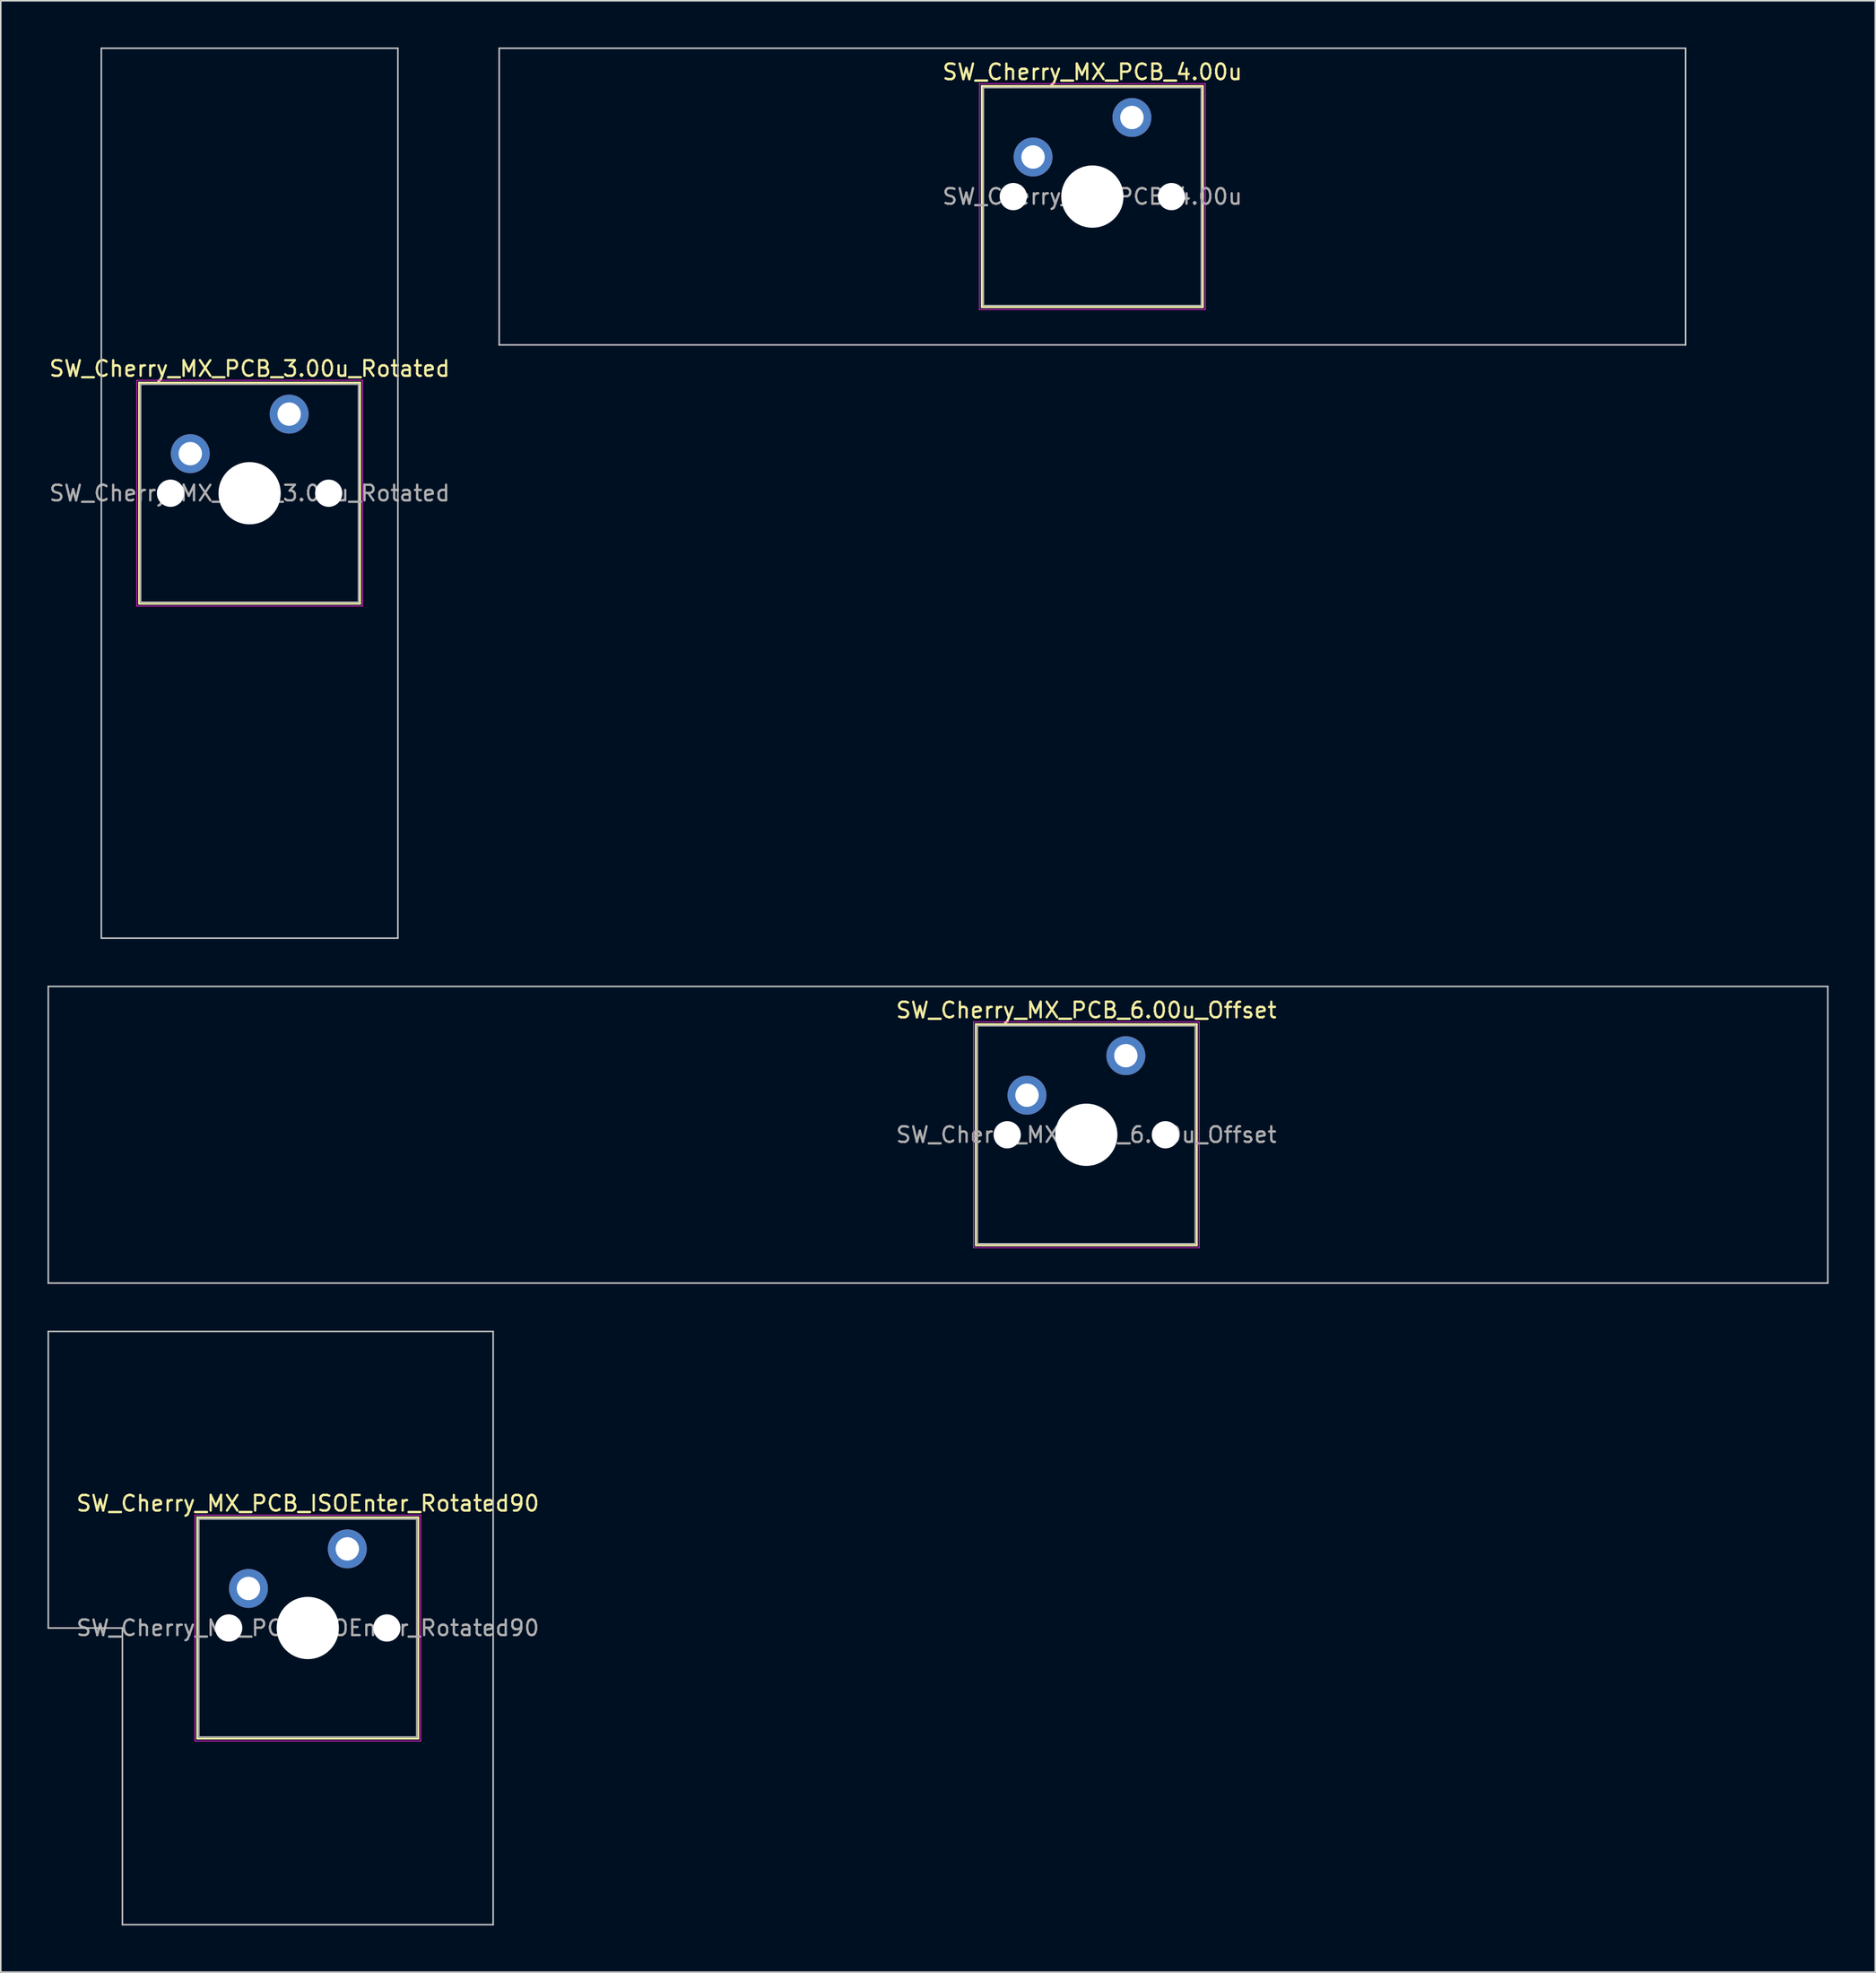
<source format=kicad_pcb>
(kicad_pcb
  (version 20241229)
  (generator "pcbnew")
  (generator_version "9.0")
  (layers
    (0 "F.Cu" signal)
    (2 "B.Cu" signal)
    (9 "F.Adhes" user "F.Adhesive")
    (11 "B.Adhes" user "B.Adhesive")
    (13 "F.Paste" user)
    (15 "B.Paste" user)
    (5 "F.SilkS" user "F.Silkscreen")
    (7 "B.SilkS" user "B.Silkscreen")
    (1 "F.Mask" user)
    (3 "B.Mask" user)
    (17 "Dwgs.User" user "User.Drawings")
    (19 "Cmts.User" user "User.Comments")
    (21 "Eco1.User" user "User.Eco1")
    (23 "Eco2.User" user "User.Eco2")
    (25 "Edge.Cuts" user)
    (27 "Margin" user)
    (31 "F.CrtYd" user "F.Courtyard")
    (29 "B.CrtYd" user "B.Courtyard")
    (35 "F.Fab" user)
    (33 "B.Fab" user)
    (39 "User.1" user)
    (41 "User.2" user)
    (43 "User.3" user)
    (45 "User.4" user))
  (footprint "SW_Cherry_MX_PCB_6.00u_Offset"
    (layer "F.Cu")
    (at 66.725 69.825)
    (property "Reference" "SW_Cherry_MX_PCB_6.00u_Offset" (at 0 -8 0) (layer "F.SilkS") (effects (font (size 1 1) (thickness 0.15))))
    (attr through_hole)
    (fp_line (start -7.1 -7.1) (end -7.1 7.1) (stroke (width 0.12) (type solid)) (layer "F.SilkS"))
    (fp_line (start -7.1 7.1) (end 7.1 7.1) (stroke (width 0.12) (type solid)) (layer "F.SilkS"))
    (fp_line (start 7.1 -7.1) (end -7.1 -7.1) (stroke (width 0.12) (type solid)) (layer "F.SilkS"))
    (fp_line (start 7.1 7.1) (end 7.1 -7.1) (stroke (width 0.12) (type solid)) (layer "F.SilkS"))
    (fp_line (start -66.675 -9.525) (end -66.675 9.525) (stroke (width 0.1) (type solid)) (layer "Dwgs.User"))
    (fp_line (start -66.675 9.525) (end 47.625 9.525) (stroke (width 0.1) (type solid)) (layer "Dwgs.User"))
    (fp_line (start 47.625 -9.525) (end -66.675 -9.525) (stroke (width 0.1) (type solid)) (layer "Dwgs.User"))
    (fp_line (start 47.625 9.525) (end 47.625 -9.525) (stroke (width 0.1) (type solid)) (layer "Dwgs.User"))
    (fp_line (start -7.25 -7.25) (end -7.25 7.25) (stroke (width 0.05) (type solid)) (layer "F.CrtYd"))
    (fp_line (start -7.25 7.25) (end 7.25 7.25) (stroke (width 0.05) (type solid)) (layer "F.CrtYd"))
    (fp_line (start 7.25 -7.25) (end -7.25 -7.25) (stroke (width 0.05) (type solid)) (layer "F.CrtYd"))
    (fp_line (start 7.25 7.25) (end 7.25 -7.25) (stroke (width 0.05) (type solid)) (layer "F.CrtYd"))
    (fp_line (start -7 -7) (end -7 7) (stroke (width 0.1) (type solid)) (layer "F.Fab"))
    (fp_line (start -7 7) (end 7 7) (stroke (width 0.1) (type solid)) (layer "F.Fab"))
    (fp_line (start 7 -7) (end -7 -7) (stroke (width 0.1) (type solid)) (layer "F.Fab"))
    (fp_line (start 7 7) (end 7 -7) (stroke (width 0.1) (type solid)) (layer "F.Fab"))
    (fp_text user "${REFERENCE}" (at 0 0 0) (layer "F.Fab") (effects (font (size 1 1) (thickness 0.15))))
    (pad "" np_thru_hole circle (at -5.08 0) (size 1.75 1.75) (drill 1.75) (layers "*.Cu" "*.Mask"))
    (pad "" np_thru_hole circle (at 0 0) (size 4 4) (drill 4) (layers "*.Cu" "*.Mask"))
    (pad "" np_thru_hole circle (at 5.08 0) (size 1.75 1.75) (drill 1.75) (layers "*.Cu" "*.Mask"))
    (pad "1" thru_hole circle (at -3.81 -2.54) (size 2.5 2.5) (drill 1.5) (layers "*.Cu" "B.Mask"))
    (pad "2" thru_hole circle (at 2.54 -5.08) (size 2.5 2.5) (drill 1.5) (layers "*.Cu" "B.Mask")))
  (footprint "SW_Cherry_MX_PCB_ISOEnter_Rotated90"
    (layer "F.Cu")
    (at 16.719 101.5)
    (property "Reference" "SW_Cherry_MX_PCB_ISOEnter_Rotated90" (at 0 -8 0) (layer "F.SilkS") (effects (font (size 1 1) (thickness 0.15))))
    (attr through_hole)
    (fp_line (start -7.1 -7.1) (end -7.1 7.1) (stroke (width 0.12) (type solid)) (layer "F.SilkS"))
    (fp_line (start -7.1 7.1) (end 7.1 7.1) (stroke (width 0.12) (type solid)) (layer "F.SilkS"))
    (fp_line (start 7.1 -7.1) (end -7.1 -7.1) (stroke (width 0.12) (type solid)) (layer "F.SilkS"))
    (fp_line (start 7.1 7.1) (end 7.1 -7.1) (stroke (width 0.12) (type solid)) (layer "F.SilkS"))
    (fp_line (start -16.669 -19.05) (end -16.669 0) (stroke (width 0.1) (type solid)) (layer "Dwgs.User"))
    (fp_line (start -16.669 0) (end -11.906 0) (stroke (width 0.1) (type solid)) (layer "Dwgs.User"))
    (fp_line (start -11.906 0) (end -11.906 19.05) (stroke (width 0.1) (type solid)) (layer "Dwgs.User"))
    (fp_line (start -11.906 19.05) (end 11.906 19.05) (stroke (width 0.1) (type solid)) (layer "Dwgs.User"))
    (fp_line (start 11.906 -19.05) (end -16.669 -19.05) (stroke (width 0.1) (type solid)) (layer "Dwgs.User"))
    (fp_line (start 11.906 19.05) (end 11.906 -19.05) (stroke (width 0.1) (type solid)) (layer "Dwgs.User"))
    (fp_line (start -7.25 -7.25) (end -7.25 7.25) (stroke (width 0.05) (type solid)) (layer "F.CrtYd"))
    (fp_line (start -7.25 7.25) (end 7.25 7.25) (stroke (width 0.05) (type solid)) (layer "F.CrtYd"))
    (fp_line (start 7.25 -7.25) (end -7.25 -7.25) (stroke (width 0.05) (type solid)) (layer "F.CrtYd"))
    (fp_line (start 7.25 7.25) (end 7.25 -7.25) (stroke (width 0.05) (type solid)) (layer "F.CrtYd"))
    (fp_line (start -7 -7) (end -7 7) (stroke (width 0.1) (type solid)) (layer "F.Fab"))
    (fp_line (start -7 7) (end 7 7) (stroke (width 0.1) (type solid)) (layer "F.Fab"))
    (fp_line (start 7 -7) (end -7 -7) (stroke (width 0.1) (type solid)) (layer "F.Fab"))
    (fp_line (start 7 7) (end 7 -7) (stroke (width 0.1) (type solid)) (layer "F.Fab"))
    (fp_text user "${REFERENCE}" (at 0 0 0) (layer "F.Fab") (effects (font (size 1 1) (thickness 0.15))))
    (pad "" np_thru_hole circle (at -5.08 0) (size 1.75 1.75) (drill 1.75) (layers "*.Cu" "*.Mask"))
    (pad "" np_thru_hole circle (at 0 0) (size 4 4) (drill 4) (layers "*.Cu" "*.Mask"))
    (pad "" np_thru_hole circle (at 5.08 0) (size 1.75 1.75) (drill 1.75) (layers "*.Cu" "*.Mask"))
    (pad "1" thru_hole circle (at -3.81 -2.54) (size 2.5 2.5) (drill 1.5) (layers "*.Cu" "B.Mask"))
    (pad "2" thru_hole circle (at 2.54 -5.08) (size 2.5 2.5) (drill 1.5) (layers "*.Cu" "B.Mask")))
  (footprint "SW_Cherry_MX_PCB_3.00u_Rotated"
    (layer "F.Cu")
    (at 12.982 28.625)
    (property "Reference" "SW_Cherry_MX_PCB_3.00u_Rotated" (at 0 -8 0) (layer "F.SilkS") (effects (font (size 1 1) (thickness 0.15))))
    (attr through_hole)
    (fp_line (start -7.1 -7.1) (end -7.1 7.1) (stroke (width 0.12) (type solid)) (layer "F.SilkS"))
    (fp_line (start -7.1 7.1) (end 7.1 7.1) (stroke (width 0.12) (type solid)) (layer "F.SilkS"))
    (fp_line (start 7.1 -7.1) (end -7.1 -7.1) (stroke (width 0.12) (type solid)) (layer "F.SilkS"))
    (fp_line (start 7.1 7.1) (end 7.1 -7.1) (stroke (width 0.12) (type solid)) (layer "F.SilkS"))
    (fp_line (start -9.525 -28.575) (end -9.525 28.575) (stroke (width 0.1) (type solid)) (layer "Dwgs.User"))
    (fp_line (start -9.525 28.575) (end 9.525 28.575) (stroke (width 0.1) (type solid)) (layer "Dwgs.User"))
    (fp_line (start 9.525 -28.575) (end -9.525 -28.575) (stroke (width 0.1) (type solid)) (layer "Dwgs.User"))
    (fp_line (start 9.525 28.575) (end 9.525 -28.575) (stroke (width 0.1) (type solid)) (layer "Dwgs.User"))
    (fp_line (start -7.25 -7.25) (end -7.25 7.25) (stroke (width 0.05) (type solid)) (layer "F.CrtYd"))
    (fp_line (start -7.25 7.25) (end 7.25 7.25) (stroke (width 0.05) (type solid)) (layer "F.CrtYd"))
    (fp_line (start 7.25 -7.25) (end -7.25 -7.25) (stroke (width 0.05) (type solid)) (layer "F.CrtYd"))
    (fp_line (start 7.25 7.25) (end 7.25 -7.25) (stroke (width 0.05) (type solid)) (layer "F.CrtYd"))
    (fp_line (start -7 -7) (end -7 7) (stroke (width 0.1) (type solid)) (layer "F.Fab"))
    (fp_line (start -7 7) (end 7 7) (stroke (width 0.1) (type solid)) (layer "F.Fab"))
    (fp_line (start 7 -7) (end -7 -7) (stroke (width 0.1) (type solid)) (layer "F.Fab"))
    (fp_line (start 7 7) (end 7 -7) (stroke (width 0.1) (type solid)) (layer "F.Fab"))
    (fp_text user "${REFERENCE}" (at 0 0 0) (layer "F.Fab") (effects (font (size 1 1) (thickness 0.15))))
    (pad "" np_thru_hole circle (at -5.08 0) (size 1.75 1.75) (drill 1.75) (layers "*.Cu" "*.Mask"))
    (pad "" np_thru_hole circle (at 0 0) (size 4 4) (drill 4) (layers "*.Cu" "*.Mask"))
    (pad "" np_thru_hole circle (at 5.08 0) (size 1.75 1.75) (drill 1.75) (layers "*.Cu" "*.Mask"))
    (pad "1" thru_hole circle (at -3.81 -2.54) (size 2.5 2.5) (drill 1.5) (layers "*.Cu" "B.Mask"))
    (pad "2" thru_hole circle (at 2.54 -5.08) (size 2.5 2.5) (drill 1.5) (layers "*.Cu" "B.Mask")))
  (footprint "SW_Cherry_MX_PCB_4.00u"
    (layer "F.Cu")
    (at 67.114 9.575)
    (property "Reference" "SW_Cherry_MX_PCB_4.00u" (at 0 -8 0) (layer "F.SilkS") (effects (font (size 1 1) (thickness 0.15))))
    (attr through_hole)
    (fp_line (start -7.1 -7.1) (end -7.1 7.1) (stroke (width 0.12) (type solid)) (layer "F.SilkS"))
    (fp_line (start -7.1 7.1) (end 7.1 7.1) (stroke (width 0.12) (type solid)) (layer "F.SilkS"))
    (fp_line (start 7.1 -7.1) (end -7.1 -7.1) (stroke (width 0.12) (type solid)) (layer "F.SilkS"))
    (fp_line (start 7.1 7.1) (end 7.1 -7.1) (stroke (width 0.12) (type solid)) (layer "F.SilkS"))
    (fp_line (start -38.1 -9.525) (end -38.1 9.525) (stroke (width 0.1) (type solid)) (layer "Dwgs.User"))
    (fp_line (start -38.1 9.525) (end 38.1 9.525) (stroke (width 0.1) (type solid)) (layer "Dwgs.User"))
    (fp_line (start 38.1 -9.525) (end -38.1 -9.525) (stroke (width 0.1) (type solid)) (layer "Dwgs.User"))
    (fp_line (start 38.1 9.525) (end 38.1 -9.525) (stroke (width 0.1) (type solid)) (layer "Dwgs.User"))
    (fp_line (start -7.25 -7.25) (end -7.25 7.25) (stroke (width 0.05) (type solid)) (layer "F.CrtYd"))
    (fp_line (start -7.25 7.25) (end 7.25 7.25) (stroke (width 0.05) (type solid)) (layer "F.CrtYd"))
    (fp_line (start 7.25 -7.25) (end -7.25 -7.25) (stroke (width 0.05) (type solid)) (layer "F.CrtYd"))
    (fp_line (start 7.25 7.25) (end 7.25 -7.25) (stroke (width 0.05) (type solid)) (layer "F.CrtYd"))
    (fp_line (start -7 -7) (end -7 7) (stroke (width 0.1) (type solid)) (layer "F.Fab"))
    (fp_line (start -7 7) (end 7 7) (stroke (width 0.1) (type solid)) (layer "F.Fab"))
    (fp_line (start 7 -7) (end -7 -7) (stroke (width 0.1) (type solid)) (layer "F.Fab"))
    (fp_line (start 7 7) (end 7 -7) (stroke (width 0.1) (type solid)) (layer "F.Fab"))
    (fp_text user "${REFERENCE}" (at 0 0 0) (layer "F.Fab") (effects (font (size 1 1) (thickness 0.15))))
    (pad "" np_thru_hole circle (at -5.08 0) (size 1.75 1.75) (drill 1.75) (layers "*.Cu" "*.Mask"))
    (pad "" np_thru_hole circle (at 0 0) (size 4 4) (drill 4) (layers "*.Cu" "*.Mask"))
    (pad "" np_thru_hole circle (at 5.08 0) (size 1.75 1.75) (drill 1.75) (layers "*.Cu" "*.Mask"))
    (pad "1" thru_hole circle (at -3.81 -2.54) (size 2.5 2.5) (drill 1.5) (layers "*.Cu" "B.Mask"))
    (pad "2" thru_hole circle (at 2.54 -5.08) (size 2.5 2.5) (drill 1.5) (layers "*.Cu" "B.Mask")))
  (gr_rect
    (start -3 -3)
    (end 117.4 123.6)
    (stroke (width 0.1) (type default))
    (fill no)
    (layer "Edge.Cuts")))
</source>
